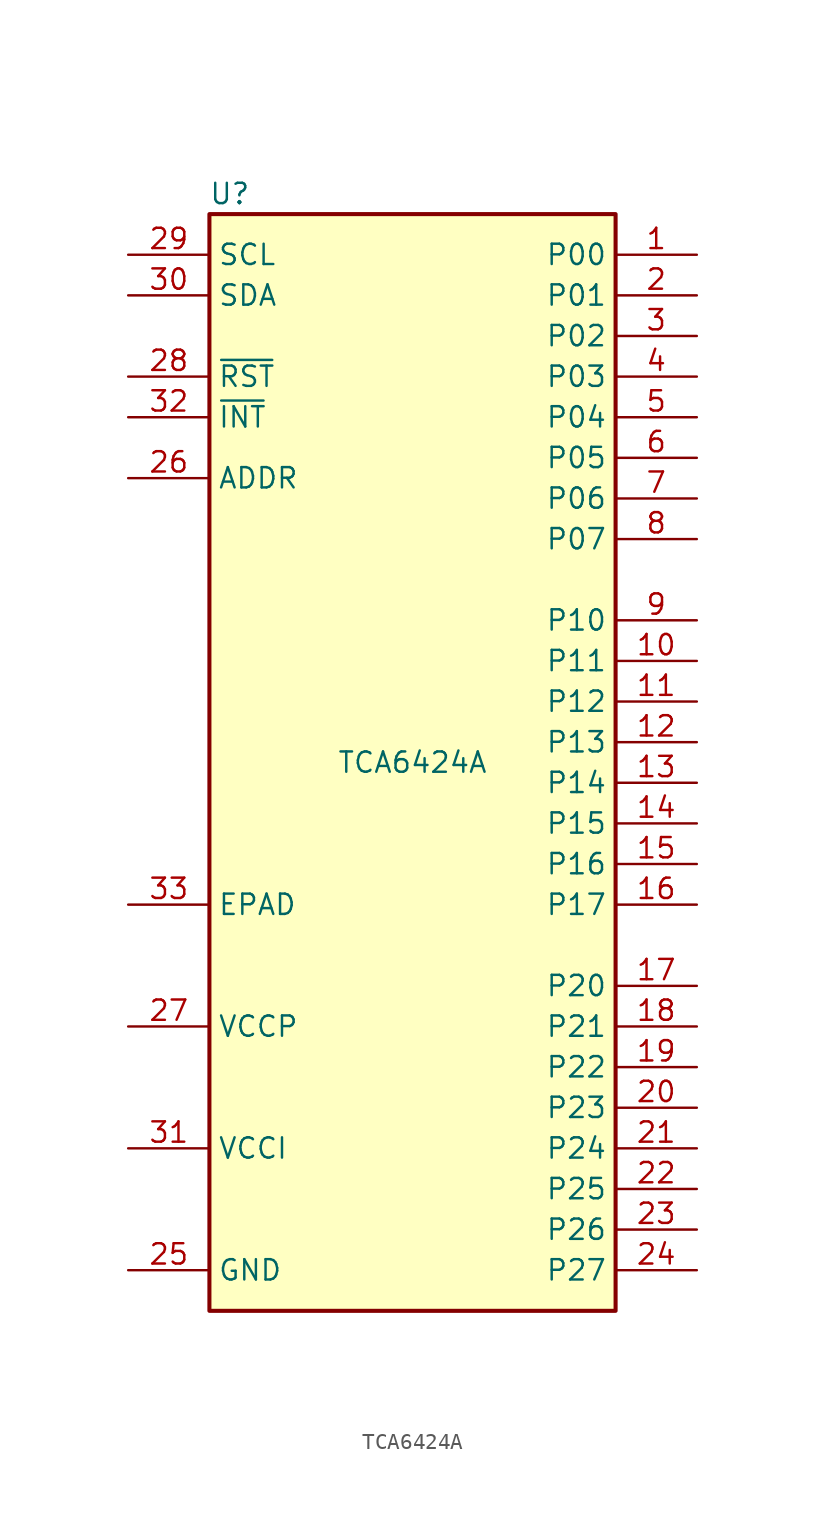
<source format=kicad_sym>
(kicad_symbol_lib
  (version 20211014)
  (generator kicad_symbol_editor)
  (symbol "TCA6424A"
    (property "Reference" "U"
      (at -11.43 35.56 0)
      (effects (font (size 1.27 1.27))))
    (property "Value" "TCA6424A"
      (at 0 0 0)
      (effects (font (size 1.27 1.27))))
    (symbol "TCA6424A_0_0"
      (pin bidirectional line (at 17.78 -13.97 180) (length 5.08) (name "P20" (effects (font (size 1.27 1.27)))) (number "17" (effects (font (size 1.27 1.27)))))
      (pin bidirectional line (at 17.78 -16.51 180) (length 5.08) (name "P21" (effects (font (size 1.27 1.27)))) (number "18" (effects (font (size 1.27 1.27)))))
      (pin bidirectional line (at 17.78 -19.05 180) (length 5.08) (name "P22" (effects (font (size 1.27 1.27)))) (number "19" (effects (font (size 1.27 1.27)))))
      (pin bidirectional line (at 17.78 -21.59 180) (length 5.08) (name "P23" (effects (font (size 1.27 1.27)))) (number "20" (effects (font (size 1.27 1.27)))))
      (pin bidirectional line (at 17.78 -24.13 180) (length 5.08) (name "P24" (effects (font (size 1.27 1.27)))) (number "21" (effects (font (size 1.27 1.27)))))
      (pin bidirectional line (at 17.78 -26.67 180) (length 5.08) (name "P25" (effects (font (size 1.27 1.27)))) (number "22" (effects (font (size 1.27 1.27)))))
      (pin bidirectional line (at 17.78 -29.21 180) (length 5.08) (name "P26" (effects (font (size 1.27 1.27)))) (number "23" (effects (font (size 1.27 1.27)))))
      (pin bidirectional line (at 17.78 -31.75 180) (length 5.08) (name "P27" (effects (font (size 1.27 1.27)))) (number "24" (effects (font (size 1.27 1.27)))))
      (pin power_in line (at -17.78 -16.51 0) (length 5.08) (name "VCCP" (effects (font (size 1.27 1.27)))) (number "27" (effects (font (size 1.27 1.27)))))
      (pin input line (at -17.78 24.13 0) (length 5.08) (name "~{RST}" (effects (font (size 1.27 1.27)))) (number "28" (effects (font (size 1.27 1.27))))))
    (symbol "TCA6424A_0_1"
      (rectangle (start -12.7 34.29) (end 12.7 -34.29) (stroke (width 0.254) (type default) (color 0 0 0 0)) (fill (type background))))
    (symbol "TCA6424A_1_1"
      (pin bidirectional line (at 17.78 31.75 180) (length 5.08) (name "P00" (effects (font (size 1.27 1.27)))) (number "1" (effects (font (size 1.27 1.27)))))
      (pin bidirectional line (at 17.78 6.35 180) (length 5.08) (name "P11" (effects (font (size 1.27 1.27)))) (number "10" (effects (font (size 1.27 1.27)))))
      (pin bidirectional line (at 17.78 3.81 180) (length 5.08) (name "P12" (effects (font (size 1.27 1.27)))) (number "11" (effects (font (size 1.27 1.27)))))
      (pin bidirectional line (at 17.78 1.27 180) (length 5.08) (name "P13" (effects (font (size 1.27 1.27)))) (number "12" (effects (font (size 1.27 1.27)))))
      (pin bidirectional line (at 17.78 -1.27 180) (length 5.08) (name "P14" (effects (font (size 1.27 1.27)))) (number "13" (effects (font (size 1.27 1.27)))))
      (pin bidirectional line (at 17.78 -3.81 180) (length 5.08) (name "P15" (effects (font (size 1.27 1.27)))) (number "14" (effects (font (size 1.27 1.27)))))
      (pin bidirectional line (at 17.78 -6.35 180) (length 5.08) (name "P16" (effects (font (size 1.27 1.27)))) (number "15" (effects (font (size 1.27 1.27)))))
      (pin bidirectional line (at 17.78 -8.89 180) (length 5.08) (name "P17" (effects (font (size 1.27 1.27)))) (number "16" (effects (font (size 1.27 1.27)))))
      (pin bidirectional line (at 17.78 29.21 180) (length 5.08) (name "P01" (effects (font (size 1.27 1.27)))) (number "2" (effects (font (size 1.27 1.27)))))
      (pin power_in line (at -17.78 -31.75 0) (length 5.08) (name "GND" (effects (font (size 1.27 1.27)))) (number "25" (effects (font (size 1.27 1.27)))))
      (pin input line (at -17.78 17.78 0) (length 5.08) (name "ADDR" (effects (font (size 1.27 1.27)))) (number "26" (effects (font (size 1.27 1.27)))))
      (pin input line (at -17.78 31.75 0) (length 5.08) (name "SCL" (effects (font (size 1.27 1.27)))) (number "29" (effects (font (size 1.27 1.27)))))
      (pin bidirectional line (at 17.78 26.67 180) (length 5.08) (name "P02" (effects (font (size 1.27 1.27)))) (number "3" (effects (font (size 1.27 1.27)))))
      (pin bidirectional line (at -17.78 29.21 0) (length 5.08) (name "SDA" (effects (font (size 1.27 1.27)))) (number "30" (effects (font (size 1.27 1.27)))))
      (pin power_in line (at -17.78 -24.13 0) (length 5.08) (name "VCCI" (effects (font (size 1.27 1.27)))) (number "31" (effects (font (size 1.27 1.27)))))
      (pin open_collector line (at -17.78 21.59 0) (length 5.08) (name "~{INT}" (effects (font (size 1.27 1.27)))) (number "32" (effects (font (size 1.27 1.27)))))
      (pin power_in line (at -17.78 -8.89 0) (length 5.08) (name "EPAD" (effects (font (size 1.27 1.27)))) (number "33" (effects (font (size 1.27 1.27)))))
      (pin bidirectional line (at 17.78 24.13 180) (length 5.08) (name "P03" (effects (font (size 1.27 1.27)))) (number "4" (effects (font (size 1.27 1.27)))))
      (pin bidirectional line (at 17.78 21.59 180) (length 5.08) (name "P04" (effects (font (size 1.27 1.27)))) (number "5" (effects (font (size 1.27 1.27)))))
      (pin bidirectional line (at 17.78 19.05 180) (length 5.08) (name "P05" (effects (font (size 1.27 1.27)))) (number "6" (effects (font (size 1.27 1.27)))))
      (pin bidirectional line (at 17.78 16.51 180) (length 5.08) (name "P06" (effects (font (size 1.27 1.27)))) (number "7" (effects (font (size 1.27 1.27)))))
      (pin bidirectional line (at 17.78 13.97 180) (length 5.08) (name "P07" (effects (font (size 1.27 1.27)))) (number "8" (effects (font (size 1.27 1.27)))))
      (pin bidirectional line (at 17.78 8.89 180) (length 5.08) (name "P10" (effects (font (size 1.27 1.27)))) (number "9" (effects (font (size 1.27 1.27))))))))
</source>
